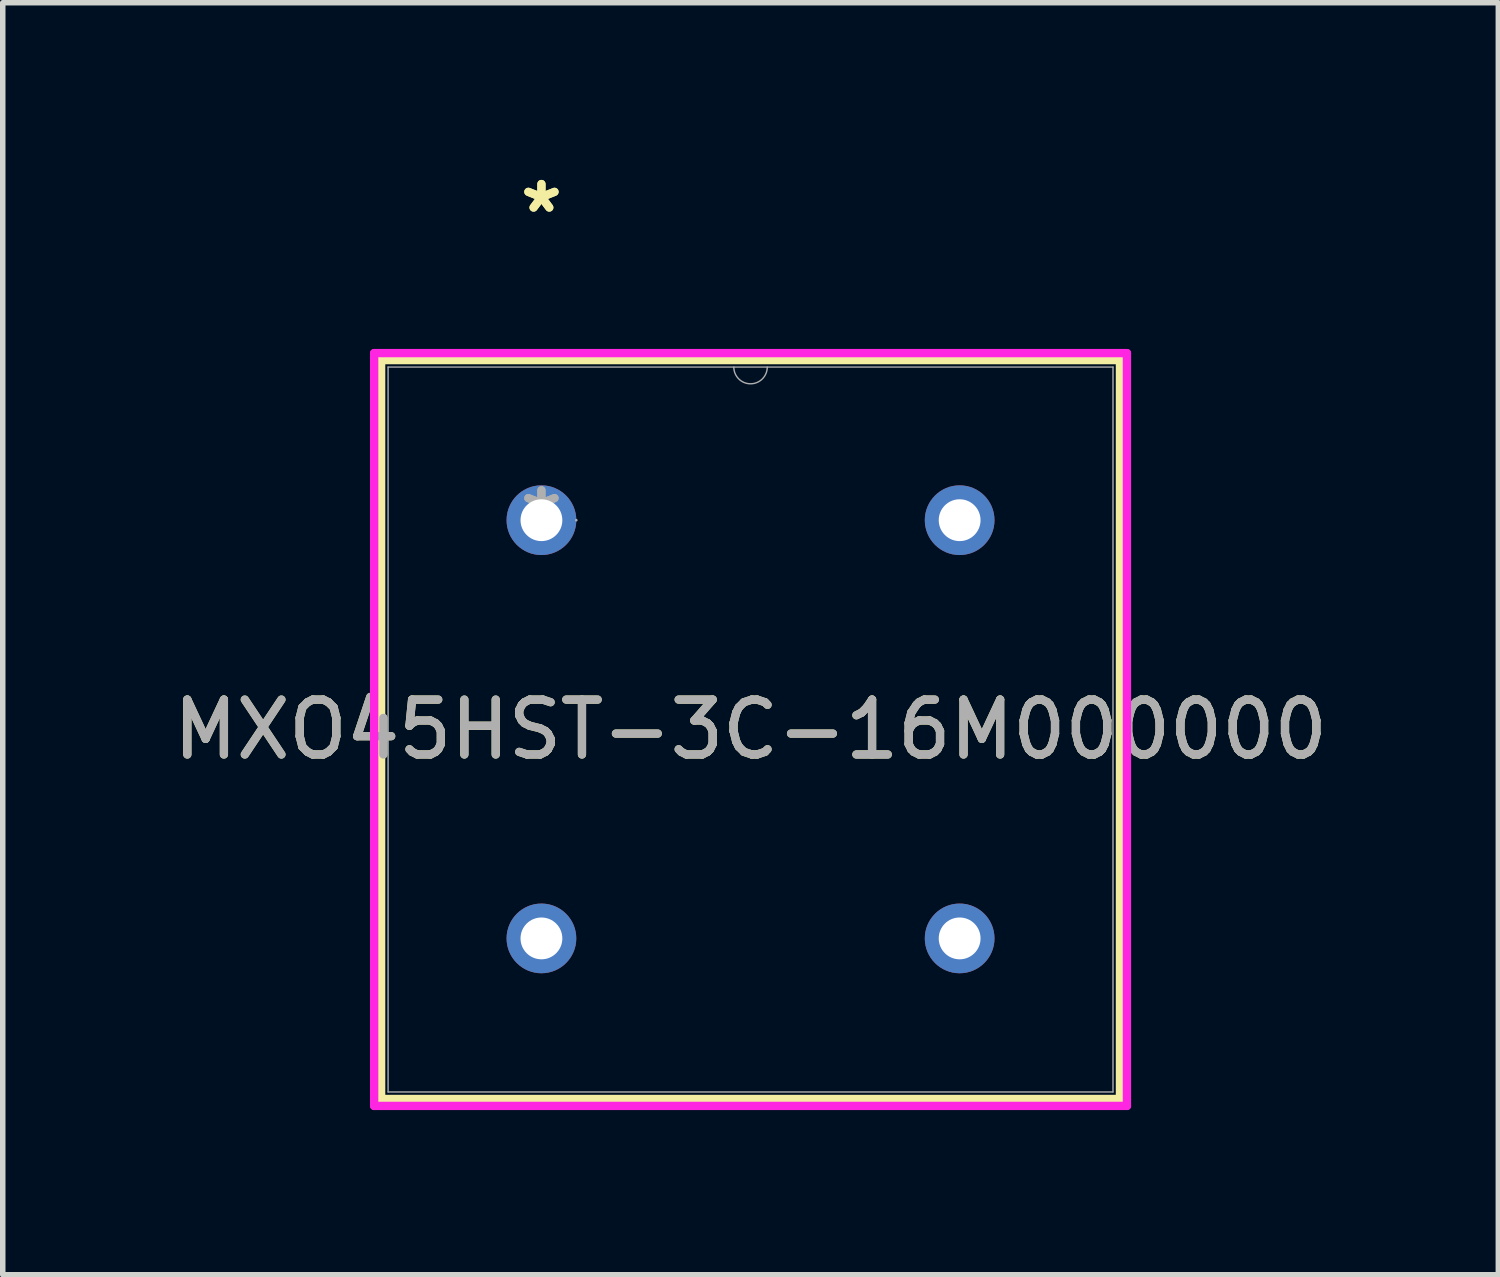
<source format=kicad_pcb>
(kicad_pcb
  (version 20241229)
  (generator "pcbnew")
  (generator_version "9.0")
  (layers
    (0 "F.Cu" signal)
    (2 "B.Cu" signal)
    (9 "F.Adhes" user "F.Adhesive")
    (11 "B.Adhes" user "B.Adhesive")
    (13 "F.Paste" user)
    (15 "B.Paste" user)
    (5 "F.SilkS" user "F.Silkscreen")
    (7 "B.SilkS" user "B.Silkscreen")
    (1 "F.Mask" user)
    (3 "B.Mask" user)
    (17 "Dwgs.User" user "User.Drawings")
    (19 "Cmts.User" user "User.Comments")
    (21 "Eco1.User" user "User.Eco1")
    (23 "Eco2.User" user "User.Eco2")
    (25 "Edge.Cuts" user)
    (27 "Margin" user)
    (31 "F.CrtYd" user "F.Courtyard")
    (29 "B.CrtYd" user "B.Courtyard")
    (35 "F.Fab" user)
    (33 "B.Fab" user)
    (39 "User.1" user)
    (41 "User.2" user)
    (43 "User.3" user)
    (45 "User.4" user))
  (footprint "MXO45HST-3C-16M000000"
    (layer "F.Cu")
    (at 6.815 6.428)
    (property "Reference" "MXO45HST-3C-16M000000" (at 3.81 3.814 0) (unlocked yes) (layer "F.SilkS") (effects (font (size 1 1) (thickness 0.15))))
    (attr through_hole)
    (fp_line (start -2.921 -2.917) (end -2.921 10.545) (stroke (width 0.152) (type solid)) (layer "F.SilkS"))
    (fp_line (start -2.921 10.545) (end 10.541 10.545) (stroke (width 0.152) (type solid)) (layer "F.SilkS"))
    (fp_line (start 10.541 -2.917) (end -2.921 -2.917) (stroke (width 0.152) (type solid)) (layer "F.SilkS"))
    (fp_line (start 10.541 10.545) (end 10.541 -2.917) (stroke (width 0.152) (type solid)) (layer "F.SilkS"))
    (fp_line (start -3.048 -3.044) (end 10.668 -3.044) (stroke (width 0.152) (type solid)) (layer "F.CrtYd"))
    (fp_line (start -3.048 10.672) (end -3.048 -3.044) (stroke (width 0.152) (type solid)) (layer "F.CrtYd"))
    (fp_line (start 10.668 -3.044) (end 10.668 10.672) (stroke (width 0.152) (type solid)) (layer "F.CrtYd"))
    (fp_line (start 10.668 10.672) (end -3.048 10.672) (stroke (width 0.152) (type solid)) (layer "F.CrtYd"))
    (fp_line (start -2.794 -2.79) (end -2.794 10.418) (stroke (width 0.025) (type solid)) (layer "F.Fab"))
    (fp_line (start -2.794 10.418) (end 10.414 10.418) (stroke (width 0.025) (type solid)) (layer "F.Fab"))
    (fp_line (start 10.414 -2.79) (end -2.794 -2.79) (stroke (width 0.025) (type solid)) (layer "F.Fab"))
    (fp_line (start 10.414 10.418) (end 10.414 -2.79) (stroke (width 0.025) (type solid)) (layer "F.Fab"))
    (fp_arc (start 4.1148 -2.789999) (mid 3.81 -2.485199) (end 3.5052 -2.789999) (stroke (width 0.0254) (type solid)) (layer "F.Fab"))
    (fp_circle (center 0.635 0) (end 0.635 0) (stroke (width 0.025) (type solid)) (fill no) (layer "F.Fab"))
    (fp_text user "*" (at 0 -5.58 0) (layer "F.SilkS") (effects (font (size 1 1) (thickness 0.15))))
    (fp_text user "*" (at 0 -5.58 0) (unlocked yes) (layer "F.SilkS") (effects (font (size 1 1) (thickness 0.15))))
    (fp_text user "${REFERENCE}" (at 3.81 3.814 0) (unlocked yes) (layer "F.Fab") (effects (font (size 1 1) (thickness 0.15))))
    (fp_text user "*" (at 0 0 0) (layer "F.Fab") (effects (font (size 1 1) (thickness 0.15))))
    (fp_text user "*" (at 0 0 0) (unlocked yes) (layer "F.Fab") (effects (font (size 1 1) (thickness 0.15))))
    (pad "1" thru_hole circle (at 0 0) (size 1.27 1.27) (drill 0.762) (layers "*.Cu" "*.Mask"))
    (pad "4" thru_hole circle (at 0 7.62) (size 1.27 1.27) (drill 0.762) (layers "*.Cu" "*.Mask"))
    (pad "5" thru_hole circle (at 7.62 7.62) (size 1.27 1.27) (drill 0.762) (layers "*.Cu" "*.Mask"))
    (pad "8" thru_hole circle (at 7.62 0) (size 1.27 1.27) (drill 0.762) (layers "*.Cu" "*.Mask")))
  (gr_rect
    (start -3 -3)
    (end 24.25 20.176)
    (stroke (width 0.1) (type default))
    (fill no)
    (layer "Edge.Cuts")))
</source>
